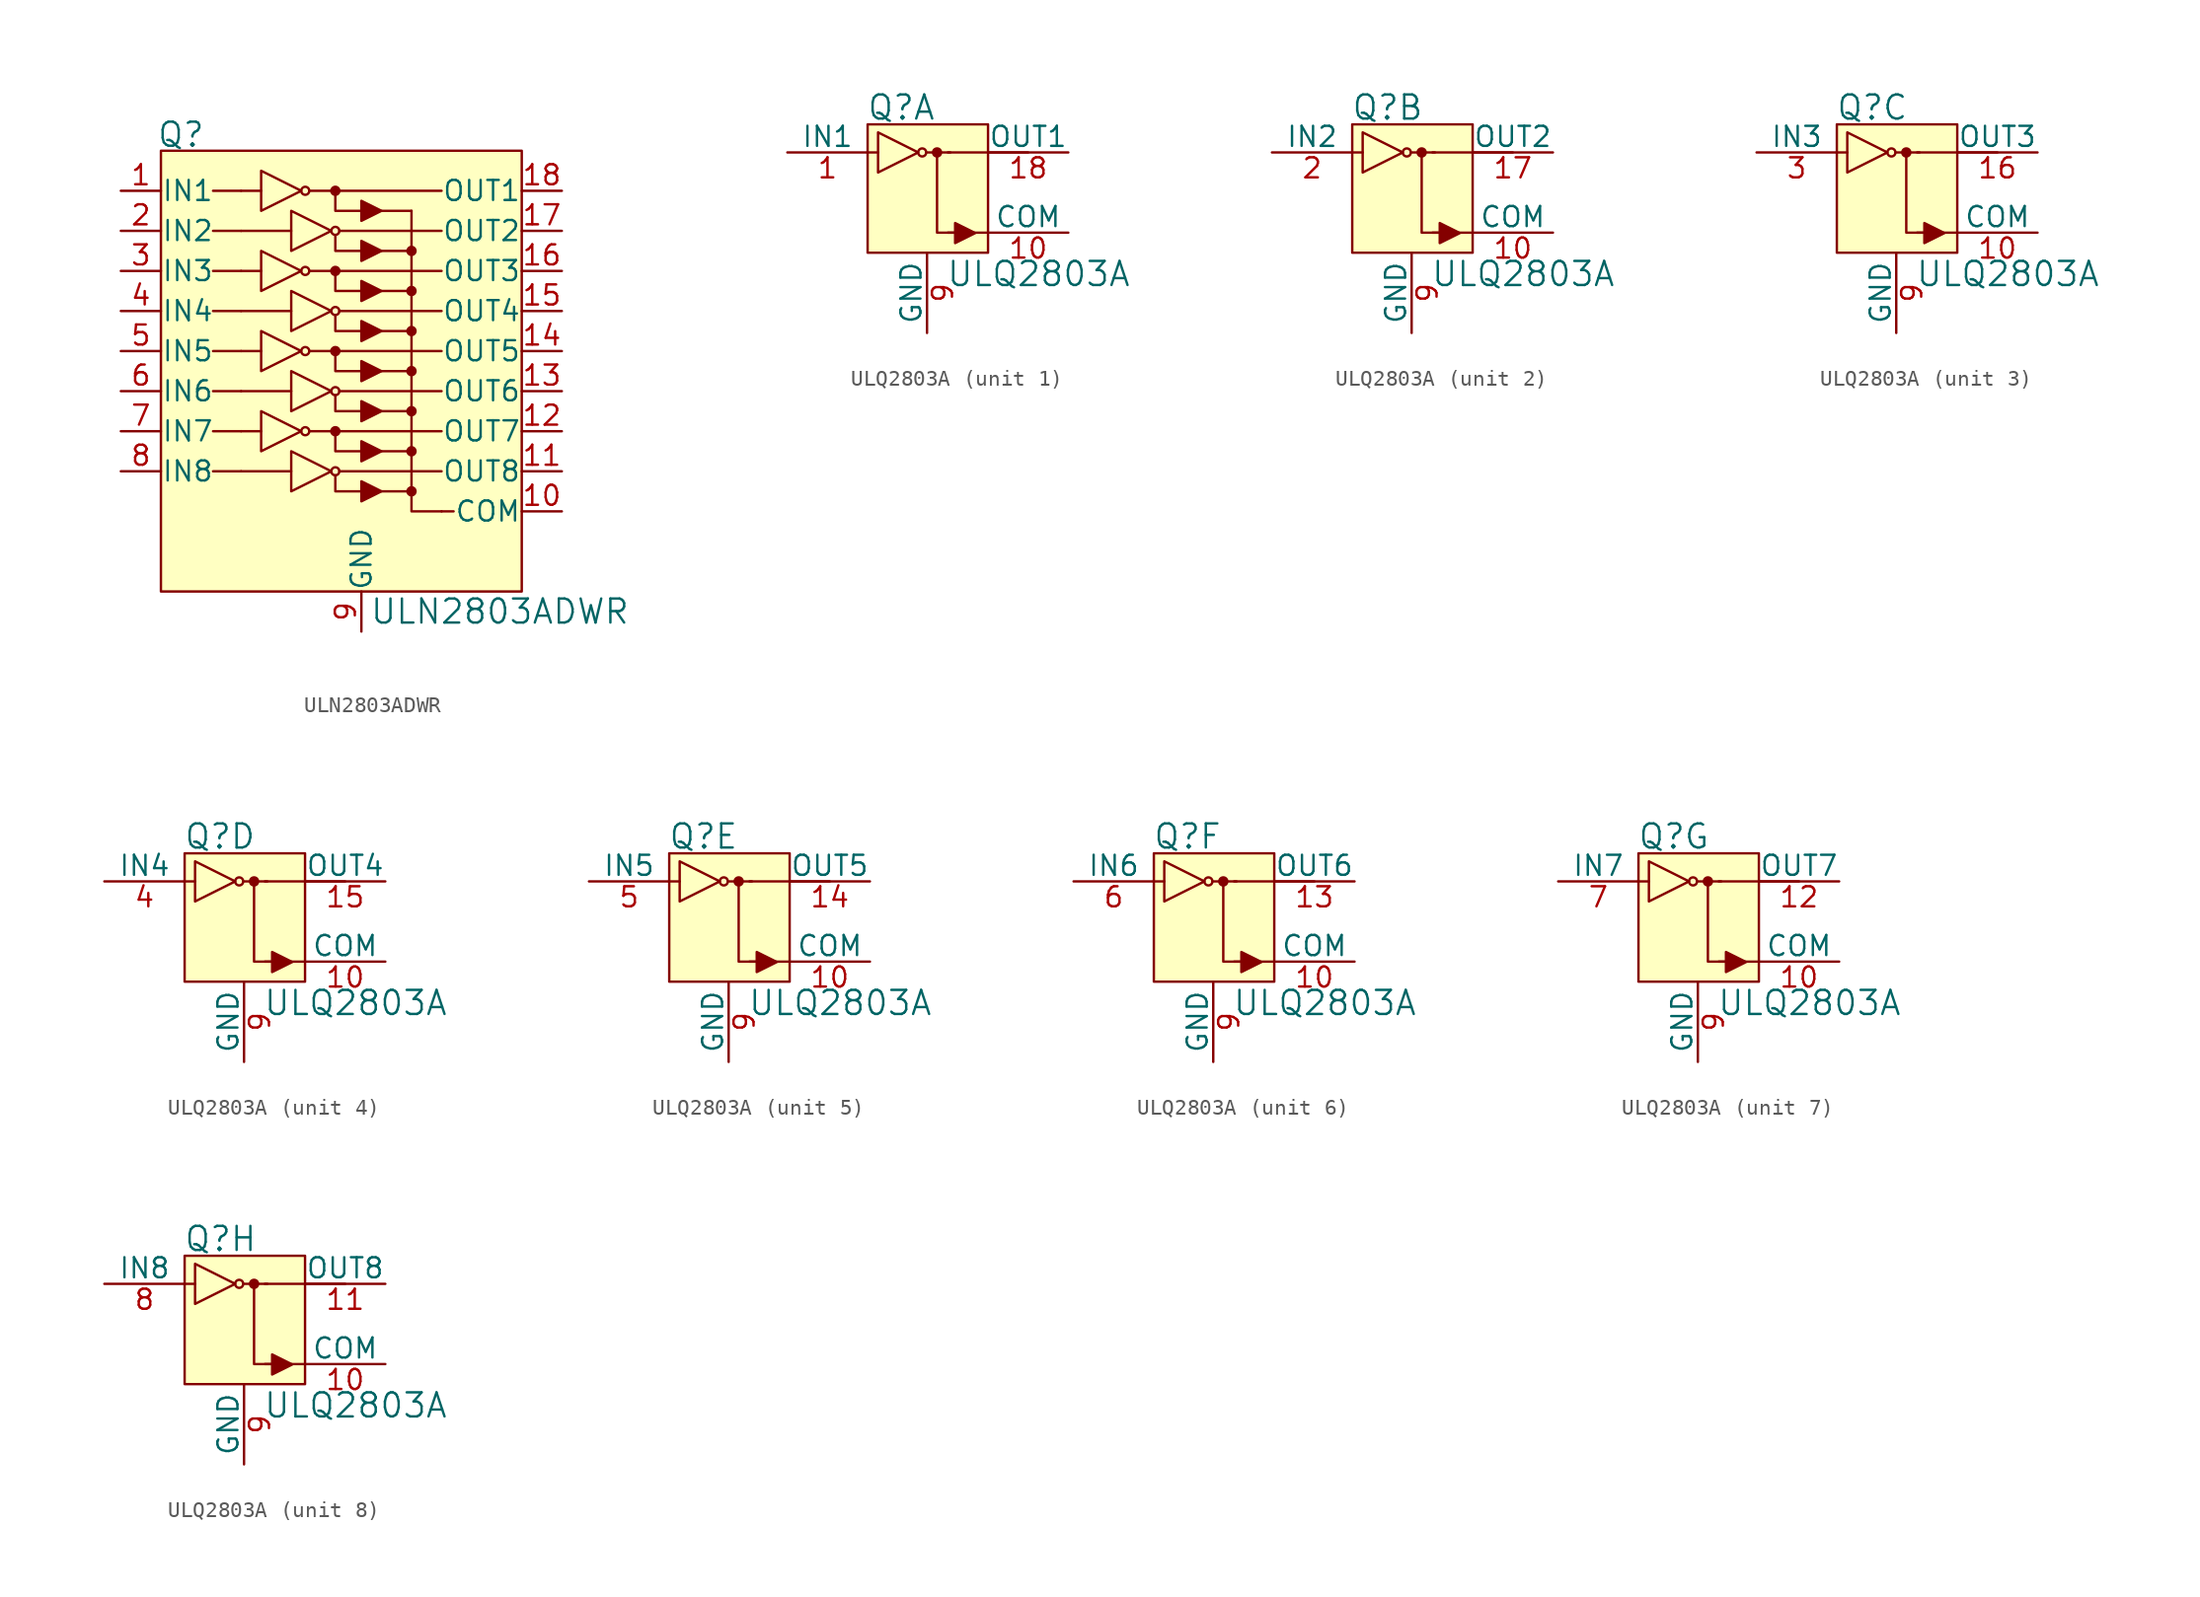
<source format=kicad_sym>
(kicad_symbol_lib
  (version 20201005)
  (generator kicad_symbol_editor)
  (symbol "ULN2803ADWR"
    (pin_names
      (offset 0.025))
    (property "Reference" "Q"
      (at -19.05 23.876 0)
      (effects (font (size 1.524 1.524))))
    (property "Value" "ULN2803ADWR"
      (at -7.112 -6.35 0)
      (effects (font (size 1.524 1.524)) (justify left)))
    (symbol "ULN2803ADWR_0_1"
      (circle (center -11.176 5.08) (radius 0.254) (stroke (width 0)) (fill (type none)))
      (circle (center -11.176 10.16) (radius 0.254) (stroke (width 0)) (fill (type none)))
      (circle (center -11.176 15.24) (radius 0.254) (stroke (width 0)) (fill (type none)))
      (circle (center -11.176 20.32) (radius 0.254) (stroke (width 0)) (fill (type none)))
      (circle (center -9.271 2.54) (radius 0.254) (stroke (width 0)) (fill (type none)))
      (circle (center -9.271 5.08) (radius 0.254) (stroke (width 0)) (fill (type outline)))
      (circle (center -9.271 7.62) (radius 0.254) (stroke (width 0)) (fill (type none)))
      (circle (center -9.271 10.16) (radius 0.254) (stroke (width 0)) (fill (type outline)))
      (circle (center -9.271 12.7) (radius 0.254) (stroke (width 0)) (fill (type none)))
      (circle (center -9.271 15.24) (radius 0.254) (stroke (width 0)) (fill (type outline)))
      (circle (center -9.271 17.78) (radius 0.254) (stroke (width 0)) (fill (type none)))
      (circle (center -9.271 20.32) (radius 0.254) (stroke (width 0)) (fill (type outline)))
      (circle (center -4.445 1.27) (radius 0.254) (stroke (width 0)) (fill (type outline)))
      (circle (center -4.445 3.81) (radius 0.254) (stroke (width 0)) (fill (type outline)))
      (circle (center -4.445 6.35) (radius 0.254) (stroke (width 0)) (fill (type outline)))
      (circle (center -4.445 8.89) (radius 0.254) (stroke (width 0)) (fill (type outline)))
      (circle (center -4.445 11.43) (radius 0.254) (stroke (width 0)) (fill (type outline)))
      (circle (center -4.445 13.97) (radius 0.254) (stroke (width 0)) (fill (type outline)))
      (circle (center -4.445 16.51) (radius 0.254) (stroke (width 0)) (fill (type outline)))
      (rectangle (start -20.32 22.86) (end 2.54 -5.08) (stroke (width 0)) (fill (type background)))
      (polyline (pts (xy -15.24 2.54) (xy -17.018 2.54)) (stroke (width 0)) (fill (type none)))
      (polyline (pts (xy -15.24 5.08) (xy -17.018 5.08)) (stroke (width 0)) (fill (type none)))
      (polyline (pts (xy -15.24 5.08) (xy -13.97 5.08)) (stroke (width 0)) (fill (type none)))
      (polyline (pts (xy -15.24 7.62) (xy -17.018 7.62)) (stroke (width 0)) (fill (type none)))
      (polyline (pts (xy -15.24 10.16) (xy -17.018 10.16)) (stroke (width 0)) (fill (type none)))
      (polyline (pts (xy -15.24 10.16) (xy -13.97 10.16)) (stroke (width 0)) (fill (type none)))
      (polyline (pts (xy -15.24 12.7) (xy -17.018 12.7)) (stroke (width 0)) (fill (type none)))
      (polyline (pts (xy -15.24 15.24) (xy -17.018 15.24)) (stroke (width 0)) (fill (type none)))
      (polyline (pts (xy -15.24 15.24) (xy -13.97 15.24)) (stroke (width 0)) (fill (type none)))
      (polyline (pts (xy -15.24 17.78) (xy -17.018 17.78)) (stroke (width 0)) (fill (type none)))
      (polyline (pts (xy -15.24 20.32) (xy -17.018 20.32)) (stroke (width 0)) (fill (type none)))
      (polyline (pts (xy -15.24 20.32) (xy -13.97 20.32)) (stroke (width 0)) (fill (type none)))
      (polyline (pts (xy -12.065 2.54) (xy -15.24 2.54)) (stroke (width 0)) (fill (type none)))
      (polyline (pts (xy -12.065 7.62) (xy -15.24 7.62)) (stroke (width 0)) (fill (type none)))
      (polyline (pts (xy -12.065 12.7) (xy -15.24 12.7)) (stroke (width 0)) (fill (type none)))
      (polyline (pts (xy -12.065 17.78) (xy -15.24 17.78)) (stroke (width 0)) (fill (type none)))
      (polyline (pts (xy -10.922 5.08) (xy -9.398 5.08)) (stroke (width 0)) (fill (type none)))
      (polyline (pts (xy -10.922 10.16) (xy -9.398 10.16)) (stroke (width 0)) (fill (type none)))
      (polyline (pts (xy -10.922 15.24) (xy -9.398 15.24)) (stroke (width 0)) (fill (type none)))
      (polyline (pts (xy -10.922 20.32) (xy -9.398 20.32)) (stroke (width 0)) (fill (type none)))
      (polyline (pts (xy -9.017 5.08) (xy -2.54 5.08)) (stroke (width 0)) (fill (type none)))
      (polyline (pts (xy -9.017 10.16) (xy -2.54 10.16)) (stroke (width 0)) (fill (type none)))
      (polyline (pts (xy -9.017 15.24) (xy -2.54 15.24)) (stroke (width 0)) (fill (type none)))
      (polyline (pts (xy -9.017 20.32) (xy -2.54 20.32)) (stroke (width 0)) (fill (type none)))
      (polyline (pts (xy -6.35 1.27) (xy -4.445 1.27)) (stroke (width 0)) (fill (type none)))
      (polyline (pts (xy -6.35 3.81) (xy -4.445 3.81)) (stroke (width 0)) (fill (type none)))
      (polyline (pts (xy -6.35 6.35) (xy -4.445 6.35)) (stroke (width 0)) (fill (type none)))
      (polyline (pts (xy -6.35 8.89) (xy -4.445 8.89)) (stroke (width 0)) (fill (type none)))
      (polyline (pts (xy -6.35 11.43) (xy -4.445 11.43)) (stroke (width 0)) (fill (type none)))
      (polyline (pts (xy -6.35 13.97) (xy -4.445 13.97)) (stroke (width 0)) (fill (type none)))
      (polyline (pts (xy -6.35 16.51) (xy -4.445 16.51)) (stroke (width 0)) (fill (type none)))
      (polyline (pts (xy -6.35 19.05) (xy -4.445 19.05)) (stroke (width 0)) (fill (type none)))
      (polyline (pts (xy -2.54 0) (xy -1.778 0)) (stroke (width 0)) (fill (type none)))
      (polyline (pts (xy -2.54 2.54) (xy -9.017 2.54)) (stroke (width 0)) (fill (type none)))
      (polyline (pts (xy -2.54 7.62) (xy -9.017 7.62)) (stroke (width 0)) (fill (type none)))
      (polyline (pts (xy -2.54 12.7) (xy -9.017 12.7)) (stroke (width 0)) (fill (type none)))
      (polyline (pts (xy -2.54 17.78) (xy -9.017 17.78)) (stroke (width 0)) (fill (type none)))
      (polyline (pts (xy -7.62 1.27) (xy -9.271 1.27) (xy -9.271 2.286)) (stroke (width 0)) (fill (type none)))
      (polyline (pts (xy -7.62 3.81) (xy -9.271 3.81) (xy -9.271 4.953)) (stroke (width 0)) (fill (type none)))
      (polyline (pts (xy -7.62 6.35) (xy -9.271 6.35) (xy -9.271 7.366)) (stroke (width 0)) (fill (type none)))
      (polyline (pts (xy -7.62 8.89) (xy -9.271 8.89) (xy -9.271 10.033)) (stroke (width 0)) (fill (type none)))
      (polyline (pts (xy -7.62 11.43) (xy -9.271 11.43) (xy -9.271 12.446)) (stroke (width 0)) (fill (type none)))
      (polyline (pts (xy -7.62 13.97) (xy -9.271 13.97) (xy -9.271 15.113)) (stroke (width 0)) (fill (type none)))
      (polyline (pts (xy -7.62 16.51) (xy -9.271 16.51) (xy -9.271 17.526)) (stroke (width 0)) (fill (type none)))
      (polyline (pts (xy -7.62 19.05) (xy -9.271 19.05) (xy -9.271 20.193)) (stroke (width 0)) (fill (type none)))
      (polyline (pts (xy -4.445 19.05) (xy -4.445 0) (xy -2.54 0)) (stroke (width 0)) (fill (type none)))
      (polyline (pts (xy -13.97 6.35) (xy -13.97 3.81) (xy -11.43 5.08) (xy -13.97 6.35)) (stroke (width 0)) (fill (type none)))
      (polyline (pts (xy -13.97 11.43) (xy -13.97 8.89) (xy -11.43 10.16) (xy -13.97 11.43)) (stroke (width 0)) (fill (type none)))
      (polyline (pts (xy -13.97 16.51) (xy -13.97 13.97) (xy -11.43 15.24) (xy -13.97 16.51)) (stroke (width 0)) (fill (type none)))
      (polyline (pts (xy -13.97 21.59) (xy -13.97 19.05) (xy -11.43 20.32) (xy -13.97 21.59)) (stroke (width 0)) (fill (type none)))
      (polyline (pts (xy -12.065 3.81) (xy -12.065 1.27) (xy -9.525 2.54) (xy -12.065 3.81)) (stroke (width 0)) (fill (type none)))
      (polyline (pts (xy -12.065 8.89) (xy -12.065 6.35) (xy -9.525 7.62) (xy -12.065 8.89)) (stroke (width 0)) (fill (type none)))
      (polyline (pts (xy -12.065 13.97) (xy -12.065 11.43) (xy -9.525 12.7) (xy -12.065 13.97)) (stroke (width 0)) (fill (type none)))
      (polyline (pts (xy -12.065 19.05) (xy -12.065 16.51) (xy -9.525 17.78) (xy -12.065 19.05)) (stroke (width 0)) (fill (type none)))
      (polyline (pts (xy -7.62 1.905) (xy -7.62 0.635) (xy -6.35 1.27) (xy -7.62 1.905)) (stroke (width 0)) (fill (type outline)))
      (polyline (pts (xy -7.62 4.445) (xy -7.62 3.175) (xy -6.35 3.81) (xy -7.62 4.445)) (stroke (width 0)) (fill (type outline)))
      (polyline (pts (xy -7.62 6.985) (xy -7.62 5.715) (xy -6.35 6.35) (xy -7.62 6.985)) (stroke (width 0)) (fill (type outline)))
      (polyline (pts (xy -7.62 9.525) (xy -7.62 8.255) (xy -6.35 8.89) (xy -7.62 9.525)) (stroke (width 0)) (fill (type outline)))
      (polyline (pts (xy -7.62 12.065) (xy -7.62 10.795) (xy -6.35 11.43) (xy -7.62 12.065)) (stroke (width 0)) (fill (type outline)))
      (polyline (pts (xy -7.62 14.605) (xy -7.62 13.335) (xy -6.35 13.97) (xy -7.62 14.605)) (stroke (width 0)) (fill (type outline)))
      (polyline (pts (xy -7.62 17.145) (xy -7.62 15.875) (xy -6.35 16.51) (xy -7.62 17.145)) (stroke (width 0)) (fill (type outline)))
      (polyline (pts (xy -7.62 19.685) (xy -7.62 18.415) (xy -6.35 19.05) (xy -7.62 19.685)) (stroke (width 0)) (fill (type outline))))
    (symbol "ULN2803ADWR_1_1"
      (pin input line (at -22.86 20.32 0) (length 2.54) (name "IN1" (effects (font (size 1.27 1.27)))) (number "1" (effects (font (size 1.27 1.27)))))
      (pin input line (at -22.86 17.78 0) (length 2.54) (name "IN2" (effects (font (size 1.27 1.27)))) (number "2" (effects (font (size 1.27 1.27)))))
      (pin input line (at -22.86 15.24 0) (length 2.54) (name "IN3" (effects (font (size 1.27 1.27)))) (number "3" (effects (font (size 1.27 1.27)))))
      (pin input line (at -22.86 12.7 0) (length 2.54) (name "IN4" (effects (font (size 1.27 1.27)))) (number "4" (effects (font (size 1.27 1.27)))))
      (pin input line (at -22.86 10.16 0) (length 2.54) (name "IN5" (effects (font (size 1.27 1.27)))) (number "5" (effects (font (size 1.27 1.27)))))
      (pin input line (at -22.86 7.62 0) (length 2.54) (name "IN6" (effects (font (size 1.27 1.27)))) (number "6" (effects (font (size 1.27 1.27)))))
      (pin input line (at -22.86 5.08 0) (length 2.54) (name "IN7" (effects (font (size 1.27 1.27)))) (number "7" (effects (font (size 1.27 1.27)))))
      (pin input line (at -22.86 2.54 0) (length 2.54) (name "IN8" (effects (font (size 1.27 1.27)))) (number "8" (effects (font (size 1.27 1.27)))))
      (pin power_in line (at -7.62 -7.62 90) (length 2.54) (name "GND" (effects (font (size 1.27 1.27)))) (number "9" (effects (font (size 1.27 1.27)))))
      (pin output line (at 5.08 0 180) (length 2.54) (name "COM" (effects (font (size 1.27 1.27)))) (number "10" (effects (font (size 1.27 1.27)))))
      (pin output line (at 5.08 2.54 180) (length 2.54) (name "OUT8" (effects (font (size 1.27 1.27)))) (number "11" (effects (font (size 1.27 1.27)))))
      (pin output line (at 5.08 5.08 180) (length 2.54) (name "OUT7" (effects (font (size 1.27 1.27)))) (number "12" (effects (font (size 1.27 1.27)))))
      (pin output line (at 5.08 7.62 180) (length 2.54) (name "OUT6" (effects (font (size 1.27 1.27)))) (number "13" (effects (font (size 1.27 1.27)))))
      (pin output line (at 5.08 10.16 180) (length 2.54) (name "OUT5" (effects (font (size 1.27 1.27)))) (number "14" (effects (font (size 1.27 1.27)))))
      (pin output line (at 5.08 12.7 180) (length 2.54) (name "OUT4" (effects (font (size 1.27 1.27)))) (number "15" (effects (font (size 1.27 1.27)))))
      (pin output line (at 5.08 15.24 180) (length 2.54) (name "OUT3" (effects (font (size 1.27 1.27)))) (number "16" (effects (font (size 1.27 1.27)))))
      (pin output line (at 5.08 17.78 180) (length 2.54) (name "OUT2" (effects (font (size 1.27 1.27)))) (number "17" (effects (font (size 1.27 1.27)))))
      (pin output line (at 5.08 20.32 180) (length 2.54) (name "OUT1" (effects (font (size 1.27 1.27)))) (number "18" (effects (font (size 1.27 1.27)))))))
  (symbol "ULQ2803A"
    (pin_names
      (offset 0))
    (property "Reference" "Q"
      (at -3.835 5.41 0)
      (effects (font (size 1.524 1.524)) (justify left)))
    (property "Value" "ULQ2803A"
      (at 1.194 -5.131 0)
      (effects (font (size 1.524 1.524)) (justify left)))
    (property "ki_locked" ""
      (at 0 0 0)
      (effects (font (size 1.27 1.27))))
    (symbol "ULQ2803A_0_1"
      (circle (center -0.305 2.565) (radius 0.254) (stroke (width 0)) (fill (type none)))
      (circle (center 0.635 2.565) (radius 0.254) (stroke (width 0)) (fill (type outline)))
      (rectangle (start -3.759 4.343) (end 3.861 -3.785) (stroke (width 0)) (fill (type background)))
      (polyline (pts (xy -3.785 2.565) (xy -3.099 2.565)) (stroke (width 0)) (fill (type none)))
      (polyline (pts (xy -0.051 2.565) (xy 1.473 2.565)) (stroke (width 0)) (fill (type none)))
      (polyline (pts (xy 1.321 2.565) (xy 6.401 2.565)) (stroke (width 0)) (fill (type none)))
      (polyline (pts (xy 3.861 -2.515) (xy 1.321 -2.515)) (stroke (width 0)) (fill (type none)))
      (polyline (pts (xy 2.159 -2.515) (xy 0.635 -2.515) (xy 0.635 2.565)) (stroke (width 0)) (fill (type none)))
      (polyline (pts (xy -3.099 3.835) (xy -3.099 1.295) (xy -0.559 2.565) (xy -3.099 3.835)) (stroke (width 0)) (fill (type none)))
      (polyline (pts (xy 1.778 -1.905) (xy 1.778 -3.175) (xy 3.048 -2.54) (xy 1.778 -1.905)) (stroke (width 0)) (fill (type outline)))
      (pin power_in line (at 0 -8.865 90) (length 5.08) (name "GND" (effects (font (size 1.27 1.27)))) (number "9" (effects (font (size 1.27 1.27)))))
      (pin output line (at 8.941 -2.515 180) (length 5.08) (name "COM" (effects (font (size 1.27 1.27)))) (number "10" (effects (font (size 1.27 1.27))))))
    (symbol "ULQ2803A_1_1"
      (pin input line (at -8.839 2.565 0) (length 5.08) (name "IN1" (effects (font (size 1.27 1.27)))) (number "1" (effects (font (size 1.27 1.27)))))
      (pin output line (at 8.941 2.565 180) (length 5.08) (name "OUT1" (effects (font (size 1.27 1.27)))) (number "18" (effects (font (size 1.27 1.27))))))
    (symbol "ULQ2803A_2_1"
      (pin input line (at -8.839 2.565 0) (length 5.08) (name "IN2" (effects (font (size 1.27 1.27)))) (number "2" (effects (font (size 1.27 1.27)))))
      (pin output line (at 8.941 2.565 180) (length 5.08) (name "OUT2" (effects (font (size 1.27 1.27)))) (number "17" (effects (font (size 1.27 1.27))))))
    (symbol "ULQ2803A_3_1"
      (pin input line (at -8.839 2.565 0) (length 5.08) (name "IN3" (effects (font (size 1.27 1.27)))) (number "3" (effects (font (size 1.27 1.27)))))
      (pin output line (at 8.941 2.565 180) (length 5.08) (name "OUT3" (effects (font (size 1.27 1.27)))) (number "16" (effects (font (size 1.27 1.27))))))
    (symbol "ULQ2803A_4_1"
      (pin input line (at -8.839 2.565 0) (length 5.08) (name "IN4" (effects (font (size 1.27 1.27)))) (number "4" (effects (font (size 1.27 1.27)))))
      (pin output line (at 8.941 2.565 180) (length 5.08) (name "OUT4" (effects (font (size 1.27 1.27)))) (number "15" (effects (font (size 1.27 1.27))))))
    (symbol "ULQ2803A_5_1"
      (pin input line (at -8.839 2.565 0) (length 5.08) (name "IN5" (effects (font (size 1.27 1.27)))) (number "5" (effects (font (size 1.27 1.27)))))
      (pin output line (at 8.941 2.565 180) (length 5.08) (name "OUT5" (effects (font (size 1.27 1.27)))) (number "14" (effects (font (size 1.27 1.27))))))
    (symbol "ULQ2803A_6_1"
      (pin input line (at -8.839 2.565 0) (length 5.08) (name "IN6" (effects (font (size 1.27 1.27)))) (number "6" (effects (font (size 1.27 1.27)))))
      (pin output line (at 8.941 2.565 180) (length 5.08) (name "OUT6" (effects (font (size 1.27 1.27)))) (number "13" (effects (font (size 1.27 1.27))))))
    (symbol "ULQ2803A_7_1"
      (pin input line (at -8.839 2.565 0) (length 5.08) (name "IN7" (effects (font (size 1.27 1.27)))) (number "7" (effects (font (size 1.27 1.27)))))
      (pin output line (at 8.941 2.565 180) (length 5.08) (name "OUT7" (effects (font (size 1.27 1.27)))) (number "12" (effects (font (size 1.27 1.27))))))
    (symbol "ULQ2803A_8_1"
      (pin input line (at -8.839 2.565 0) (length 5.08) (name "IN8" (effects (font (size 1.27 1.27)))) (number "8" (effects (font (size 1.27 1.27)))))
      (pin output line (at 8.941 2.565 180) (length 5.08) (name "OUT8" (effects (font (size 1.27 1.27)))) (number "11" (effects (font (size 1.27 1.27))))))))
</source>
